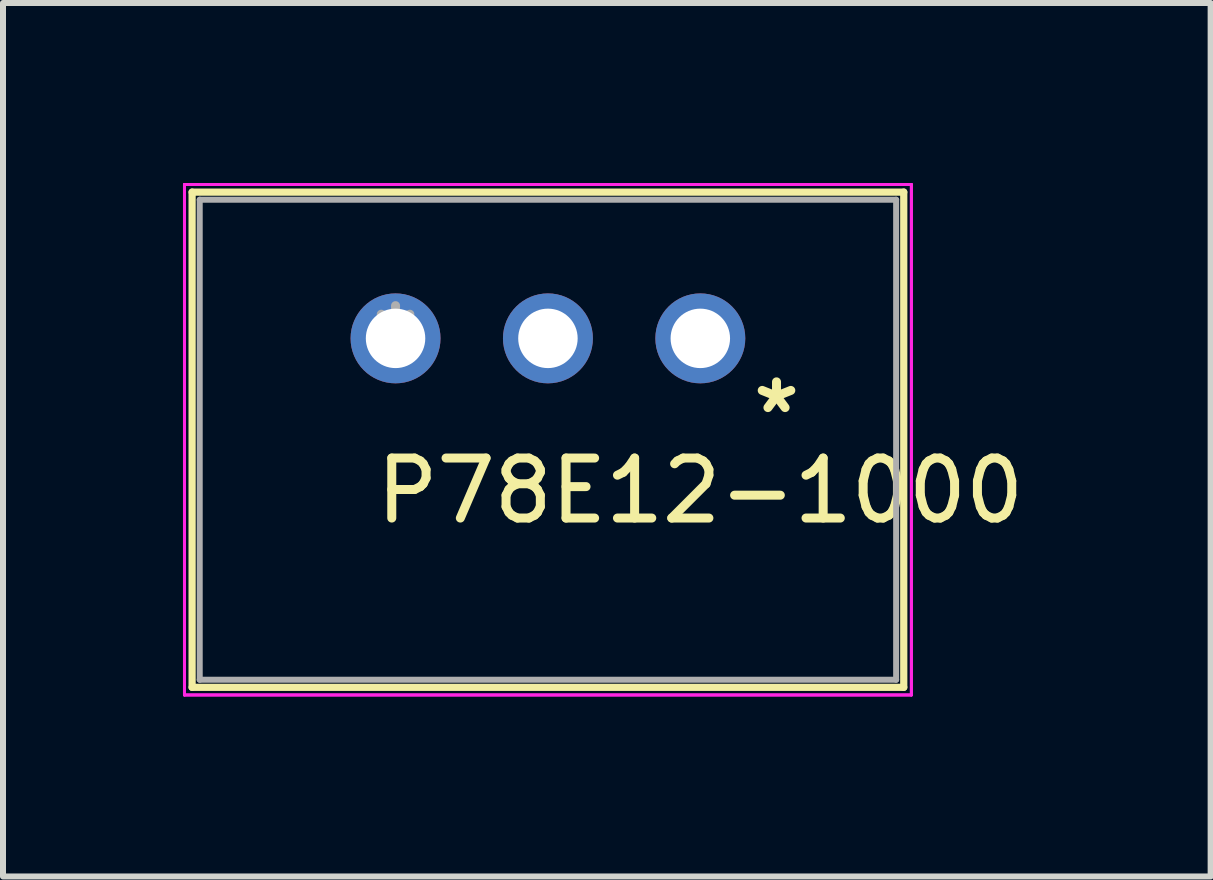
<source format=kicad_pcb>
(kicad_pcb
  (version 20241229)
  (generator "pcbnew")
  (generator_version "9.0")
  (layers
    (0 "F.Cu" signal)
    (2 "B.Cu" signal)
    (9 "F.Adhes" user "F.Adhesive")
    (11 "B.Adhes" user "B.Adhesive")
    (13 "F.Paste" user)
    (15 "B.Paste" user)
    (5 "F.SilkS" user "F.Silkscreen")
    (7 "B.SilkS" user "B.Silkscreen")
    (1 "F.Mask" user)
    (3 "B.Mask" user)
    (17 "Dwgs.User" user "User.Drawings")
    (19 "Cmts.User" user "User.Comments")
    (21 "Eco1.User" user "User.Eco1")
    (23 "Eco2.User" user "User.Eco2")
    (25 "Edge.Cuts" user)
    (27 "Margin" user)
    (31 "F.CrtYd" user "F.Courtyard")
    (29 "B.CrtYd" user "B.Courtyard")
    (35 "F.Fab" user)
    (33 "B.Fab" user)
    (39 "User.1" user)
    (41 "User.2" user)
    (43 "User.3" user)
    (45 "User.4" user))
  (footprint "P78E12-1000"
    (layer "F.Cu")
    (at 3.543 2.59)
    (property "Reference" "P78E12-1000" (at 5.08 2.54 0) (layer "F.SilkS") (effects (font (size 1 1) (thickness 0.15))))
    (attr through_hole)
    (fp_line (start -3.391 -2.438) (end -3.391 5.817) (stroke (width 0.12) (type solid)) (layer "F.SilkS"))
    (fp_line (start -3.391 5.817) (end 8.471 5.817) (stroke (width 0.12) (type solid)) (layer "F.SilkS"))
    (fp_line (start 8.471 -2.438) (end -3.391 -2.438) (stroke (width 0.12) (type solid)) (layer "F.SilkS"))
    (fp_line (start 8.471 5.817) (end 8.471 -2.438) (stroke (width 0.12) (type solid)) (layer "F.SilkS"))
    (fp_line (start -3.518 -2.565) (end -3.518 5.944) (stroke (width 0.05) (type solid)) (layer "F.CrtYd"))
    (fp_line (start -3.518 -2.565) (end -3.518 5.944) (stroke (width 0.05) (type solid)) (layer "F.CrtYd"))
    (fp_line (start -3.518 5.944) (end 8.598 5.944) (stroke (width 0.05) (type solid)) (layer "F.CrtYd"))
    (fp_line (start -3.518 5.944) (end 8.598 5.944) (stroke (width 0.05) (type solid)) (layer "F.CrtYd"))
    (fp_line (start 8.598 -2.565) (end -3.518 -2.565) (stroke (width 0.05) (type solid)) (layer "F.CrtYd"))
    (fp_line (start 8.598 -2.565) (end -3.518 -2.565) (stroke (width 0.05) (type solid)) (layer "F.CrtYd"))
    (fp_line (start 8.598 5.944) (end 8.598 -2.565) (stroke (width 0.05) (type solid)) (layer "F.CrtYd"))
    (fp_line (start 8.598 5.944) (end 8.598 -2.565) (stroke (width 0.05) (type solid)) (layer "F.CrtYd"))
    (fp_line (start -3.264 -2.311) (end -3.264 5.69) (stroke (width 0.1) (type solid)) (layer "F.Fab"))
    (fp_line (start -3.264 5.69) (end 8.344 5.69) (stroke (width 0.1) (type solid)) (layer "F.Fab"))
    (fp_line (start 8.344 -2.311) (end -3.264 -2.311) (stroke (width 0.1) (type solid)) (layer "F.Fab"))
    (fp_line (start 8.344 5.69) (end 8.344 -2.311) (stroke (width 0.1) (type solid)) (layer "F.Fab"))
    (fp_text user "*" (at 6.35 1.27 0) (layer "F.SilkS") (effects (font (size 1 1) (thickness 0.15))))
    (fp_text user "*" (at 0 0 0) (layer "F.Fab") (effects (font (size 1 1) (thickness 0.15))))
    (pad "1" thru_hole circle (at 0 0) (size 1.499 1.499) (drill 0.991) (layers "*.Cu" "*.Mask"))
    (pad "2" thru_hole circle (at 2.54 0) (size 1.499 1.499) (drill 0.991) (layers "*.Cu" "*.Mask"))
    (pad "3" thru_hole circle (at 5.08 0) (size 1.499 1.499) (drill 0.991) (layers "*.Cu" "*.Mask")))
  (gr_rect
    (start -3 -3)
    (end 17.129 11.559)
    (stroke (width 0.1) (type default))
    (fill no)
    (layer "Edge.Cuts")))
</source>
